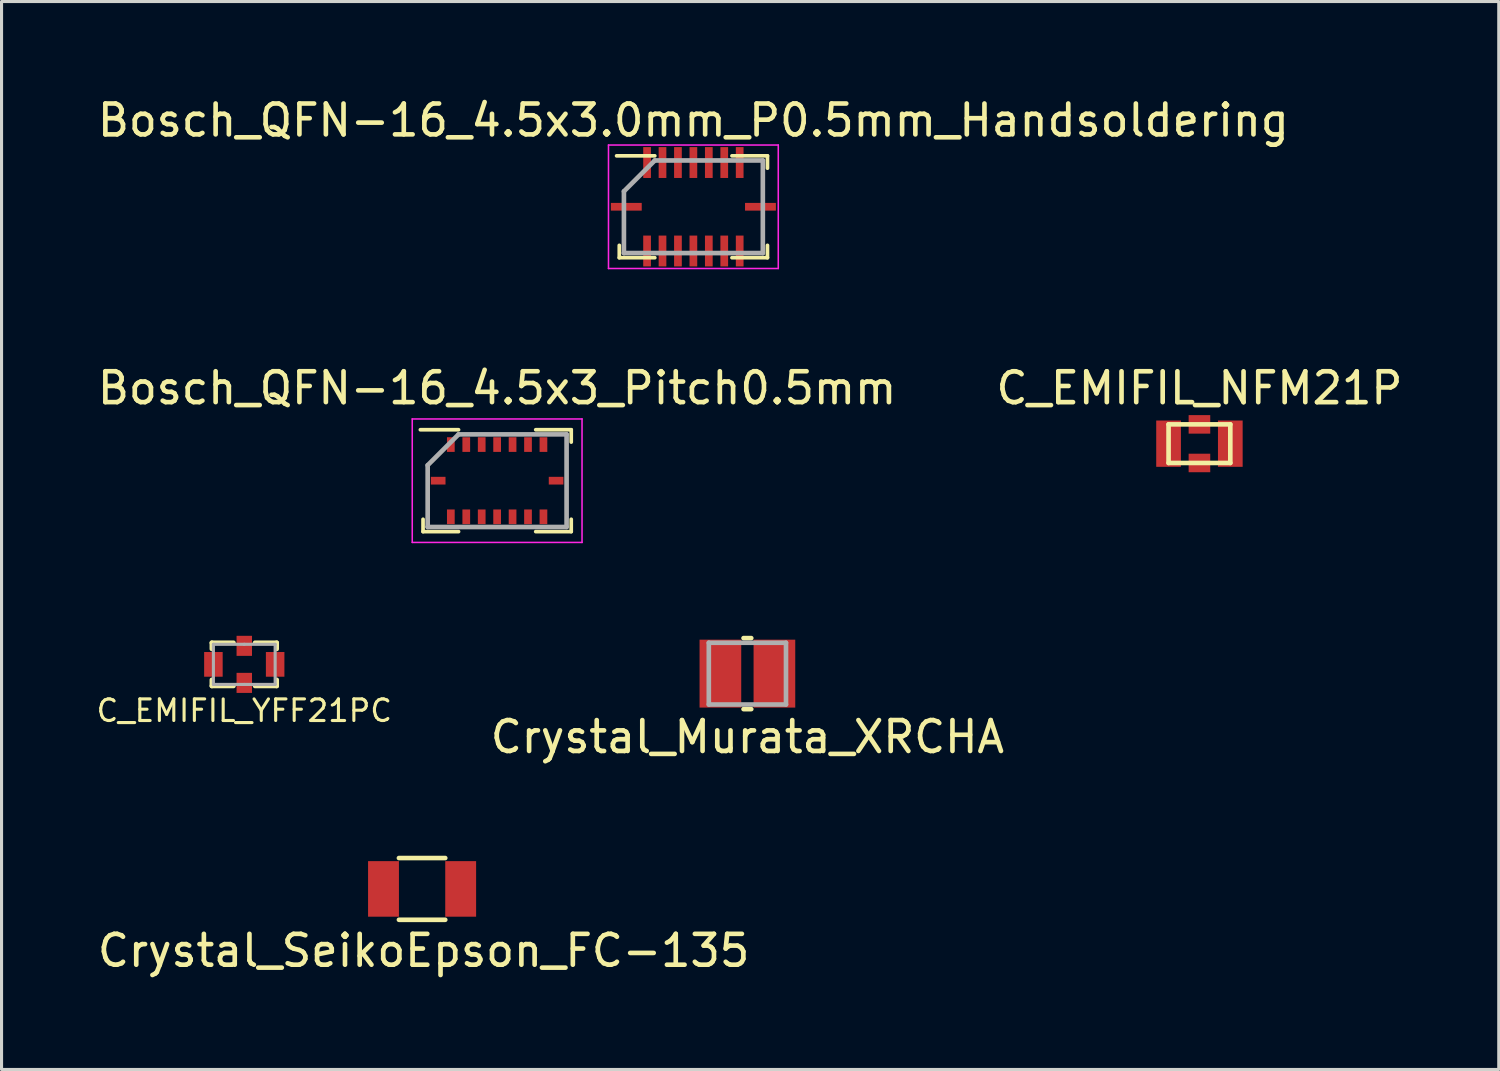
<source format=kicad_pcb>
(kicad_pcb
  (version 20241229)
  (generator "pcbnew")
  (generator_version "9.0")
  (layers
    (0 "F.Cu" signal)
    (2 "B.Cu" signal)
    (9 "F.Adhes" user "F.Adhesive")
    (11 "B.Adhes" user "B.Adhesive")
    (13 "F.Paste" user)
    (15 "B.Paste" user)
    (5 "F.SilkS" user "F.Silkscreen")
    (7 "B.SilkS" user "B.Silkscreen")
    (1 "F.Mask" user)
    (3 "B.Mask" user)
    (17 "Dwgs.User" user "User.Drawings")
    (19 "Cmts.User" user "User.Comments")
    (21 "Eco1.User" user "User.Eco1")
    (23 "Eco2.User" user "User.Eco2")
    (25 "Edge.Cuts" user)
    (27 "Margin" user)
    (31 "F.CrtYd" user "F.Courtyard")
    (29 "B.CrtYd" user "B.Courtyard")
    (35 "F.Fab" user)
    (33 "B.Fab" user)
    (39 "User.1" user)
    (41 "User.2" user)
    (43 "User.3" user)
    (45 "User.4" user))
  (footprint "Crystal_SeikoEpson_FC-135"
    (layer "F.Cu")
    (at 9.373 25.745)
    (property "Reference" "Crystal_SeikoEpson_FC-135" (at 1.3 2 0) (layer "F.SilkS") (effects (font (size 1 1) (thickness 0.15))))
    (attr smd)
    (fp_line (start 0.5 -1) (end 2 -1) (stroke (width 0.15) (type solid)) (layer "F.SilkS"))
    (fp_line (start 0.5 1) (end 2 1) (stroke (width 0.15) (type solid)) (layer "F.SilkS"))
    (pad "1" smd rect (at 0 0) (size 1 1.8) (layers "F.Cu" "F.Mask" "F.Paste"))
    (pad "2" smd rect (at 2.5 0) (size 1 1.8) (layers "F.Cu" "F.Mask" "F.Paste")))
  (footprint "Bosch_QFN-16_4.5x3_Pitch0.5mm"
    (layer "F.Cu")
    (at 13.054 12.521)
    (property "Reference" "Bosch_QFN-16_4.5x3_Pitch0.5mm" (at 0 -3 0) (layer "F.SilkS") (effects (font (size 1 1) (thickness 0.15))))
    (attr smd)
    (fp_line (start -2.4 1.65) (end -2.4 1.25) (stroke (width 0.12) (type solid)) (layer "F.SilkS"))
    (fp_line (start -1.25 -1.65) (end -2.487 -1.65) (stroke (width 0.12) (type solid)) (layer "F.SilkS"))
    (fp_line (start -1.25 1.65) (end -2.4 1.65) (stroke (width 0.12) (type solid)) (layer "F.SilkS"))
    (fp_line (start 1.25 -1.65) (end 2.4 -1.65) (stroke (width 0.12) (type solid)) (layer "F.SilkS"))
    (fp_line (start 1.25 1.65) (end 2.4 1.65) (stroke (width 0.12) (type solid)) (layer "F.SilkS"))
    (fp_line (start 2.4 -1.65) (end 2.4 -1.25) (stroke (width 0.12) (type solid)) (layer "F.SilkS"))
    (fp_line (start 2.4 1.65) (end 2.4 1.25) (stroke (width 0.12) (type solid)) (layer "F.SilkS"))
    (fp_line (start -2.75 -2) (end 2.75 -2) (stroke (width 0.05) (type solid)) (layer "F.CrtYd"))
    (fp_line (start -2.75 2) (end -2.75 -2) (stroke (width 0.05) (type solid)) (layer "F.CrtYd"))
    (fp_line (start 2.75 -2) (end 2.75 2) (stroke (width 0.05) (type solid)) (layer "F.CrtYd"))
    (fp_line (start 2.75 2) (end -2.75 2) (stroke (width 0.05) (type solid)) (layer "F.CrtYd"))
    (fp_line (start -2.25 -0.5) (end -2.25 1.5) (stroke (width 0.15) (type solid)) (layer "F.Fab"))
    (fp_line (start -2.25 1.5) (end 2.25 1.5) (stroke (width 0.15) (type solid)) (layer "F.Fab"))
    (fp_line (start -1.25 -1.5) (end -2.25 -0.5) (stroke (width 0.15) (type solid)) (layer "F.Fab"))
    (fp_line (start 2.25 -1.5) (end -1.25 -1.5) (stroke (width 0.15) (type solid)) (layer "F.Fab"))
    (fp_line (start 2.25 1.5) (end 2.25 -1.5) (stroke (width 0.15) (type solid)) (layer "F.Fab"))
    (pad "1" smd rect (at -1.5 -1.17 180) (size 0.25 0.475) (layers "F.Cu" "F.Mask" "F.Paste"))
    (pad "2" smd rect (at -1 -1.17 180) (size 0.25 0.475) (layers "F.Cu" "F.Mask" "F.Paste"))
    (pad "3" smd rect (at -0.5 -1.17 180) (size 0.25 0.475) (layers "F.Cu" "F.Mask" "F.Paste"))
    (pad "4" smd rect (at 0 -1.17 180) (size 0.25 0.475) (layers "F.Cu" "F.Mask" "F.Paste"))
    (pad "5" smd rect (at 0.5 -1.17) (size 0.25 0.475) (layers "F.Cu" "F.Mask" "F.Paste"))
    (pad "6" smd rect (at 1 -1.17) (size 0.25 0.475) (layers "F.Cu" "F.Mask" "F.Paste"))
    (pad "7" smd rect (at 1.5 -1.17) (size 0.25 0.475) (layers "F.Cu" "F.Mask" "F.Paste"))
    (pad "8" smd rect (at 1.91 0 90) (size 0.25 0.475) (layers "F.Cu" "F.Mask" "F.Paste"))
    (pad "9" smd rect (at 1.5 1.17 180) (size 0.25 0.475) (layers "F.Cu" "F.Mask" "F.Paste"))
    (pad "10" smd rect (at 1 1.17 180) (size 0.25 0.475) (layers "F.Cu" "F.Mask" "F.Paste"))
    (pad "11" smd rect (at 0.5 1.17 180) (size 0.25 0.475) (layers "F.Cu" "F.Mask" "F.Paste"))
    (pad "12" smd rect (at 0 1.17 180) (size 0.25 0.475) (layers "F.Cu" "F.Mask" "F.Paste"))
    (pad "13" smd rect (at -0.5 1.17) (size 0.25 0.475) (layers "F.Cu" "F.Mask" "F.Paste"))
    (pad "14" smd rect (at -1 1.17) (size 0.25 0.475) (layers "F.Cu" "F.Mask" "F.Paste"))
    (pad "15" smd rect (at -1.5 1.17) (size 0.25 0.475) (layers "F.Cu" "F.Mask" "F.Paste"))
    (pad "16" smd rect (at -1.91 0 90) (size 0.25 0.475) (layers "F.Cu" "F.Mask" "F.Paste")))
  (footprint "C_EMIFIL_NFM21P"
    (layer "F.Cu")
    (at 35.804 11.322)
    (property "Reference" "C_EMIFIL_NFM21P" (at 0 -1.8 0) (layer "F.SilkS") (effects (font (size 1 1) (thickness 0.15))))
    (attr through_hole)
    (fp_line (start -1 -0.625) (end -1 0.625) (stroke (width 0.15) (type solid)) (layer "F.SilkS"))
    (fp_line (start -1 0.625) (end 1 0.625) (stroke (width 0.15) (type solid)) (layer "F.SilkS"))
    (fp_line (start 1 -0.625) (end -1 -0.625) (stroke (width 0.15) (type solid)) (layer "F.SilkS"))
    (fp_line (start 1 0.625) (end 1 -0.625) (stroke (width 0.15) (type solid)) (layer "F.SilkS"))
    (pad "1" smd rect (at -1 0 90) (size 1.5 0.8) (layers "F.Cu" "F.Mask" "F.Paste"))
    (pad "2" smd rect (at 0 -0.625 90) (size 0.6 0.7) (layers "F.Cu" "F.Mask" "F.Paste"))
    (pad "2" smd rect (at 0 0.625 90) (size 0.6 0.7) (layers "F.Cu" "F.Mask" "F.Paste"))
    (pad "3" smd rect (at 1 0 90) (size 1.5 0.8) (layers "F.Cu" "F.Mask" "F.Paste")))
  (footprint "C_EMIFIL_YFF21PC"
    (layer "F.Cu")
    (at 4.863 18.471)
    (property "Reference" "C_EMIFIL_YFF21PC" (at 0 1.5 0) (layer "F.SilkS") (effects (font (size 0.7 0.7) (thickness 0.1))))
    (attr smd)
    (fp_line (start -1.05 -0.7) (end -1.05 -0.5) (stroke (width 0.15) (type solid)) (layer "F.SilkS"))
    (fp_line (start -1.05 0.5) (end -1.05 0.7) (stroke (width 0.15) (type solid)) (layer "F.SilkS"))
    (fp_line (start -1.05 0.7) (end -0.35 0.7) (stroke (width 0.15) (type solid)) (layer "F.SilkS"))
    (fp_line (start -0.35 -0.7) (end -1.05 -0.7) (stroke (width 0.15) (type solid)) (layer "F.SilkS"))
    (fp_line (start 0.35 -0.7) (end 1.05 -0.7) (stroke (width 0.15) (type solid)) (layer "F.SilkS"))
    (fp_line (start 0.35 0.7) (end 1.05 0.7) (stroke (width 0.15) (type solid)) (layer "F.SilkS"))
    (fp_line (start 1.05 -0.7) (end 1.05 -0.5) (stroke (width 0.15) (type solid)) (layer "F.SilkS"))
    (fp_line (start 1.05 0.7) (end 1.05 0.5) (stroke (width 0.15) (type solid)) (layer "F.SilkS"))
    (fp_line (start -1 -0.65) (end -1 0.65) (stroke (width 0.1) (type solid)) (layer "F.Fab"))
    (fp_line (start -1 0.65) (end 0 0.65) (stroke (width 0.1) (type solid)) (layer "F.Fab"))
    (fp_line (start 0 -0.65) (end -1 -0.65) (stroke (width 0.1) (type solid)) (layer "F.Fab"))
    (fp_line (start 0 -0.65) (end 1 -0.65) (stroke (width 0.1) (type solid)) (layer "F.Fab"))
    (fp_line (start 1 -0.65) (end 1 0.65) (stroke (width 0.1) (type solid)) (layer "F.Fab"))
    (fp_line (start 1 0.65) (end 0 0.65) (stroke (width 0.1) (type solid)) (layer "F.Fab"))
    (pad "1" smd rect (at -1 0) (size 0.6 0.8) (layers "F.Cu" "F.Mask" "F.Paste"))
    (pad "2" smd rect (at 0 -0.6) (size 0.5 0.65) (layers "F.Cu" "F.Mask" "F.Paste"))
    (pad "2" smd rect (at 0 0.6) (size 0.5 0.65) (layers "F.Cu" "F.Mask" "F.Paste"))
    (pad "3" smd rect (at 1 0) (size 0.6 0.8) (layers "F.Cu" "F.Mask" "F.Paste")))
  (footprint "Bosch_QFN-16_4.5x3.0mm_P0.5mm_Handsoldering"
    (layer "F.Cu")
    (at 19.411 3.648)
    (property "Reference" "Bosch_QFN-16_4.5x3.0mm_P0.5mm_Handsoldering" (at 0 -2.8 0) (layer "F.SilkS") (effects (font (size 1 1) (thickness 0.15))))
    (attr through_hole)
    (fp_line (start -2.4 1.65) (end -2.4 1.25) (stroke (width 0.12) (type solid)) (layer "F.SilkS"))
    (fp_line (start -1.25 -1.65) (end -2.487 -1.65) (stroke (width 0.12) (type solid)) (layer "F.SilkS"))
    (fp_line (start -1.25 1.65) (end -2.4 1.65) (stroke (width 0.12) (type solid)) (layer "F.SilkS"))
    (fp_line (start 1.25 -1.65) (end 2.4 -1.65) (stroke (width 0.12) (type solid)) (layer "F.SilkS"))
    (fp_line (start 1.25 1.65) (end 2.4 1.65) (stroke (width 0.12) (type solid)) (layer "F.SilkS"))
    (fp_line (start 2.4 -1.65) (end 2.4 -1.25) (stroke (width 0.12) (type solid)) (layer "F.SilkS"))
    (fp_line (start 2.4 1.65) (end 2.4 1.25) (stroke (width 0.12) (type solid)) (layer "F.SilkS"))
    (fp_line (start -2.75 -2) (end 2.75 -2) (stroke (width 0.05) (type solid)) (layer "F.CrtYd"))
    (fp_line (start -2.75 2) (end -2.75 -2) (stroke (width 0.05) (type solid)) (layer "F.CrtYd"))
    (fp_line (start 2.75 -2) (end 2.75 2) (stroke (width 0.05) (type solid)) (layer "F.CrtYd"))
    (fp_line (start 2.75 2) (end -2.75 2) (stroke (width 0.05) (type solid)) (layer "F.CrtYd"))
    (fp_line (start -2.25 -0.5) (end -2.25 1.5) (stroke (width 0.15) (type solid)) (layer "F.Fab"))
    (fp_line (start -2.25 1.5) (end 2.25 1.5) (stroke (width 0.15) (type solid)) (layer "F.Fab"))
    (fp_line (start -1.25 -1.5) (end -2.25 -0.5) (stroke (width 0.15) (type solid)) (layer "F.Fab"))
    (fp_line (start 2.25 -1.5) (end -1.25 -1.5) (stroke (width 0.15) (type solid)) (layer "F.Fab"))
    (fp_line (start 2.25 1.5) (end 2.25 -1.5) (stroke (width 0.15) (type solid)) (layer "F.Fab"))
    (pad "1" smd rect (at -1.5 -1.17 180) (size 0.25 1) (drill (offset 0 0.263)) (layers "F.Cu" "F.Mask" "F.Paste"))
    (pad "2" smd rect (at -1 -1.17 180) (size 0.25 1) (drill (offset 0 0.263)) (layers "F.Cu" "F.Mask" "F.Paste"))
    (pad "3" smd rect (at -0.5 -1.17 180) (size 0.25 1) (drill (offset 0 0.263)) (layers "F.Cu" "F.Mask" "F.Paste"))
    (pad "4" smd rect (at 0 -1.17 180) (size 0.25 1) (drill (offset 0 0.263)) (layers "F.Cu" "F.Mask" "F.Paste"))
    (pad "5" smd rect (at 0.5 -1.17 180) (size 0.25 1) (drill (offset 0 0.263)) (layers "F.Cu" "F.Mask" "F.Paste"))
    (pad "6" smd rect (at 1 -1.17 180) (size 0.25 1) (drill (offset 0 0.263)) (layers "F.Cu" "F.Mask" "F.Paste"))
    (pad "7" smd rect (at 1.5 -1.17 180) (size 0.25 1) (drill (offset 0 0.263)) (layers "F.Cu" "F.Mask" "F.Paste"))
    (pad "8" smd rect (at 1.91 0 90) (size 0.25 1) (drill (offset 0 0.263)) (layers "F.Cu" "F.Mask" "F.Paste"))
    (pad "9" smd rect (at 1.5 1.17) (size 0.25 1) (drill (offset 0 0.263)) (layers "F.Cu" "F.Mask" "F.Paste"))
    (pad "10" smd rect (at 1 1.17) (size 0.25 1) (drill (offset 0 0.263)) (layers "F.Cu" "F.Mask" "F.Paste"))
    (pad "11" smd rect (at 0.5 1.17) (size 0.25 1) (drill (offset 0 0.263)) (layers "F.Cu" "F.Mask" "F.Paste"))
    (pad "12" smd rect (at 0 1.17) (size 0.25 1) (drill (offset 0 0.263)) (layers "F.Cu" "F.Mask" "F.Paste"))
    (pad "13" smd rect (at -0.5 1.17) (size 0.25 1) (drill (offset 0 0.263)) (layers "F.Cu" "F.Mask" "F.Paste"))
    (pad "14" smd rect (at -1 1.17) (size 0.25 1) (drill (offset 0 0.263)) (layers "F.Cu" "F.Mask" "F.Paste"))
    (pad "15" smd rect (at -1.5 1.17) (size 0.25 1) (drill (offset 0 0.263)) (layers "F.Cu" "F.Mask" "F.Paste"))
    (pad "16" smd rect (at -1.91 0 270) (size 0.25 1) (drill (offset 0 0.263)) (layers "F.Cu" "F.Mask" "F.Paste")))
  (footprint "Crystal_Murata_XRCHA"
    (layer "F.Cu")
    (at 21.161 18.771)
    (property "Reference" "Crystal_Murata_XRCHA" (at 0 2.05 0) (layer "F.SilkS") (effects (font (size 1 1) (thickness 0.15))))
    (attr through_hole)
    (fp_line (start -0.125 -1.15) (end 0.125 -1.15) (stroke (width 0.15) (type solid)) (layer "F.SilkS"))
    (fp_line (start -0.125 1.15) (end 0.125 1.15) (stroke (width 0.15) (type solid)) (layer "F.SilkS"))
    (fp_line (start -1.25 -1) (end -1.25 1) (stroke (width 0.15) (type solid)) (layer "F.Fab"))
    (fp_line (start -1.25 1) (end 1.25 1) (stroke (width 0.15) (type solid)) (layer "F.Fab"))
    (fp_line (start 1.25 -1) (end -1.25 -1) (stroke (width 0.15) (type solid)) (layer "F.Fab"))
    (fp_line (start 1.25 1) (end 1.25 -1) (stroke (width 0.15) (type solid)) (layer "F.Fab"))
    (pad "1" smd rect (at -0.875 0) (size 1.35 2.2) (layers "F.Cu" "F.Mask" "F.Paste"))
    (pad "2" smd rect (at 0.875 0) (size 1.35 2.2) (layers "F.Cu" "F.Mask" "F.Paste")))
  (gr_rect
    (start -3 -3)
    (end 45.5 31.593)
    (stroke (width 0.1) (type default))
    (fill no)
    (layer "Edge.Cuts")))
</source>
